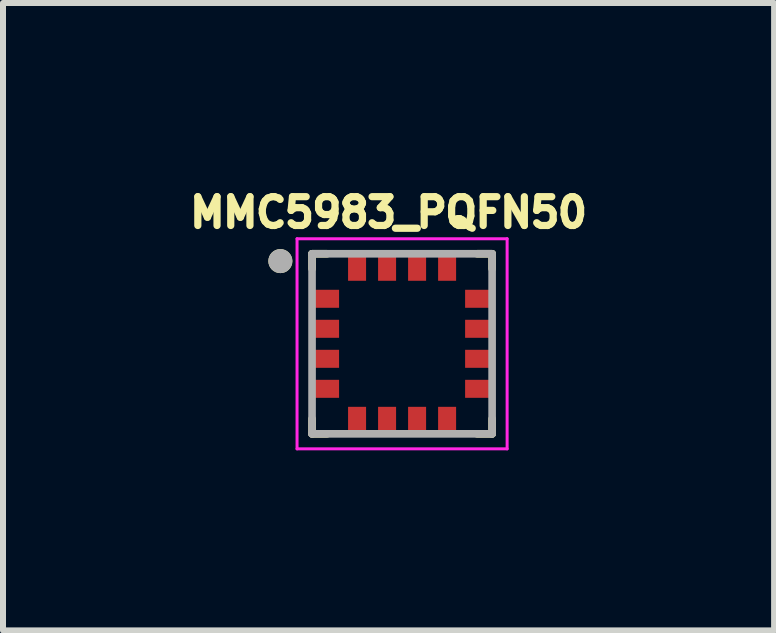
<source format=kicad_pcb>
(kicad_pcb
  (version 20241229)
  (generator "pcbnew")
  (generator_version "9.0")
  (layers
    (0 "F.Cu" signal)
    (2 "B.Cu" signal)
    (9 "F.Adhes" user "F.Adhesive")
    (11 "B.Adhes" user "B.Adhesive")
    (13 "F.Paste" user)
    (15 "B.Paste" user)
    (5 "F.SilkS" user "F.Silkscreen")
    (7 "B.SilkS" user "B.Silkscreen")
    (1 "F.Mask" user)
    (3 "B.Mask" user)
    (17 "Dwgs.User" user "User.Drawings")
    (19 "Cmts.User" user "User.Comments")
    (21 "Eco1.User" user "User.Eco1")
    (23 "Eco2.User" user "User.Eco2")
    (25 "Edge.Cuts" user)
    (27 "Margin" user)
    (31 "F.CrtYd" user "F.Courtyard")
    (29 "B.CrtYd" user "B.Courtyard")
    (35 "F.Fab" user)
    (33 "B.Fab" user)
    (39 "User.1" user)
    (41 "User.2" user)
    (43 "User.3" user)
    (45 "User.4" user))
  (footprint "MMC5983_PQFN50"
    (layer "F.Cu")
    (at 3.649 2.678)
    (property "Reference" "MMC5983_PQFN50" (at -0.226 -2.187 0) (layer "F.SilkS") (effects (font (size 0.48 0.48) (thickness 0.12))))
    (attr smd)
    (fp_line (start -1.5 -1.5) (end -1.25 -1.5) (stroke (width 0.127) (type solid)) (layer "F.SilkS"))
    (fp_line (start -1.5 -1.25) (end -1.5 -1.5) (stroke (width 0.127) (type solid)) (layer "F.SilkS"))
    (fp_line (start -1.5 1.5) (end -1.5 1.25) (stroke (width 0.127) (type solid)) (layer "F.SilkS"))
    (fp_line (start -1.25 1.5) (end -1.5 1.5) (stroke (width 0.127) (type solid)) (layer "F.SilkS"))
    (fp_line (start 1.25 -1.5) (end 1.5 -1.5) (stroke (width 0.127) (type solid)) (layer "F.SilkS"))
    (fp_line (start 1.5 -1.5) (end 1.5 -1.25) (stroke (width 0.127) (type solid)) (layer "F.SilkS"))
    (fp_line (start 1.5 1.25) (end 1.5 1.5) (stroke (width 0.127) (type solid)) (layer "F.SilkS"))
    (fp_line (start 1.5 1.5) (end 1.25 1.5) (stroke (width 0.127) (type solid)) (layer "F.SilkS"))
    (fp_circle (center -2.028 -1.378) (end -1.928 -1.378) (stroke (width 0.2) (type solid)) (fill no) (layer "F.SilkS"))
    (fp_line (start -1.75 -1.75) (end 1.75 -1.75) (stroke (width 0.05) (type solid)) (layer "F.CrtYd"))
    (fp_line (start -1.75 1.75) (end -1.75 -1.75) (stroke (width 0.05) (type solid)) (layer "F.CrtYd"))
    (fp_line (start 1.75 -1.75) (end 1.75 1.75) (stroke (width 0.05) (type solid)) (layer "F.CrtYd"))
    (fp_line (start 1.75 1.75) (end -1.75 1.75) (stroke (width 0.05) (type solid)) (layer "F.CrtYd"))
    (fp_line (start -1.5 -1.5) (end 1.5 -1.5) (stroke (width 0.127) (type solid)) (layer "F.Fab"))
    (fp_line (start -1.5 1.5) (end -1.5 -1.5) (stroke (width 0.127) (type solid)) (layer "F.Fab"))
    (fp_line (start 1.5 -1.5) (end 1.5 1.5) (stroke (width 0.127) (type solid)) (layer "F.Fab"))
    (fp_line (start 1.5 1.5) (end -1.5 1.5) (stroke (width 0.127) (type solid)) (layer "F.Fab"))
    (fp_circle (center -2.028 -1.378) (end -1.928 -1.378) (stroke (width 0.2) (type solid)) (fill no) (layer "F.Fab"))
    (pad "1" smd rect (at -1.275 -0.75) (size 0.45 0.3) (layers "F.Cu" "F.Mask" "F.Paste"))
    (pad "2" smd rect (at -1.275 -0.25) (size 0.45 0.3) (layers "F.Cu" "F.Mask" "F.Paste"))
    (pad "3" smd rect (at -1.275 0.25) (size 0.45 0.3) (layers "F.Cu" "F.Mask" "F.Paste"))
    (pad "4" smd rect (at -1.275 0.75) (size 0.45 0.3) (layers "F.Cu" "F.Mask" "F.Paste"))
    (pad "5" smd rect (at -0.75 1.275) (size 0.3 0.45) (layers "F.Cu" "F.Mask" "F.Paste"))
    (pad "6" smd rect (at -0.25 1.275) (size 0.3 0.45) (layers "F.Cu" "F.Mask" "F.Paste"))
    (pad "7" smd rect (at 0.25 1.275) (size 0.3 0.45) (layers "F.Cu" "F.Mask" "F.Paste"))
    (pad "8" smd rect (at 0.75 1.275) (size 0.3 0.45) (layers "F.Cu" "F.Mask" "F.Paste"))
    (pad "9" smd rect (at 1.275 0.75) (size 0.45 0.3) (layers "F.Cu" "F.Mask" "F.Paste"))
    (pad "10" smd rect (at 1.275 0.25) (size 0.45 0.3) (layers "F.Cu" "F.Mask" "F.Paste"))
    (pad "11" smd rect (at 1.275 -0.25) (size 0.45 0.3) (layers "F.Cu" "F.Mask" "F.Paste"))
    (pad "12" smd rect (at 1.275 -0.75) (size 0.45 0.3) (layers "F.Cu" "F.Mask" "F.Paste"))
    (pad "13" smd rect (at 0.75 -1.275) (size 0.3 0.45) (layers "F.Cu" "F.Mask" "F.Paste"))
    (pad "14" smd rect (at 0.25 -1.275) (size 0.3 0.45) (layers "F.Cu" "F.Mask" "F.Paste"))
    (pad "15" smd rect (at -0.25 -1.275) (size 0.3 0.45) (layers "F.Cu" "F.Mask" "F.Paste"))
    (pad "16" smd rect (at -0.75 -1.275) (size 0.3 0.45) (layers "F.Cu" "F.Mask" "F.Paste")))
  (gr_rect
    (start -3 -3)
    (end 9.847 7.453)
    (stroke (width 0.1) (type default))
    (fill no)
    (layer "Edge.Cuts")))
</source>
